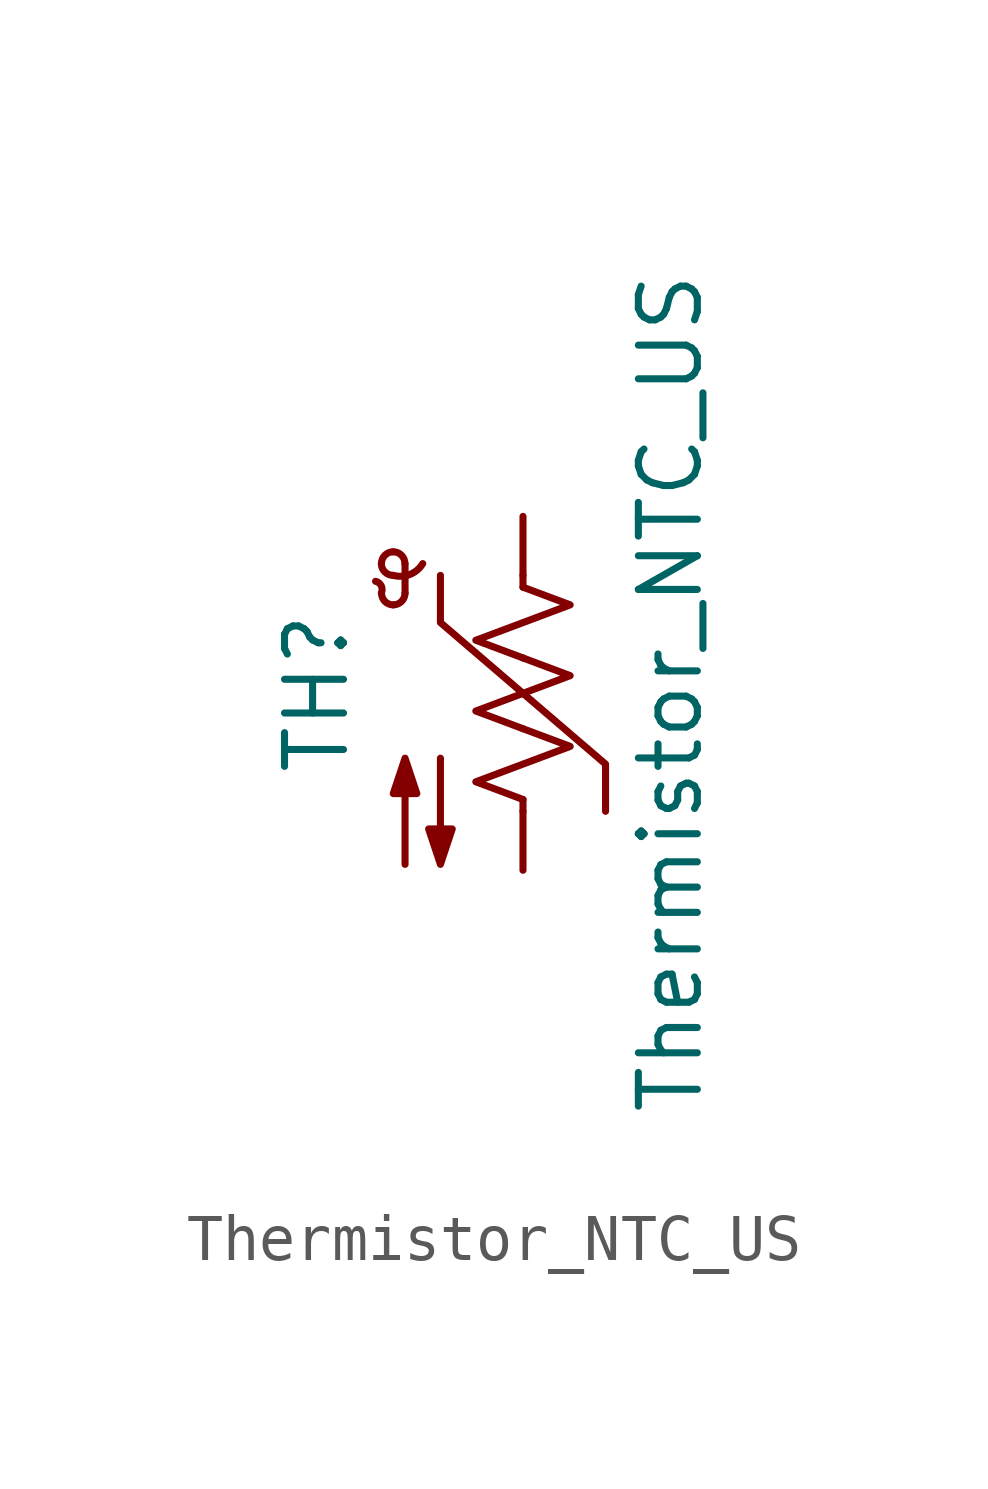
<source format=kicad_sym>
(kicad_symbol_lib
  (version 20220914)
  (generator kicad_symbol_editor)
  (symbol "Thermistor_NTC_US"
    (pin_numbers hide)
    (pin_names
      (offset 0))
    (property "Reference" "TH"
      (at -4.445 0 90)
      (effects (font (size 1.27 1.27))))
    (property "Value" "Thermistor_NTC_US"
      (at 3.175 0 90)
      (effects (font (size 1.27 1.27))))
    (symbol "Thermistor_NTC_US_0_1"
      (arc (start -3.048 2.159) (mid -3.0495 2.3143) (end -3.175 2.413) (stroke (width 0) (type default)) (fill (type none)))
      (arc (start -3.048 2.159) (mid -2.9736 1.9794) (end -2.794 1.905) (stroke (width 0) (type default)) (fill (type none)))
      (arc (start -3.048 2.794) (mid -2.9736 2.6144) (end -2.794 2.54) (stroke (width 0) (type default)) (fill (type none)))
      (arc (start -2.794 1.905) (mid -2.6144 1.9794) (end -2.54 2.159) (stroke (width 0) (type default)) (fill (type none)))
      (arc (start -2.794 2.54) (mid -2.4393 2.5587) (end -2.159 2.794) (stroke (width 0) (type default)) (fill (type none)))
      (arc (start -2.794 3.048) (mid -2.9736 2.9736) (end -3.048 2.794) (stroke (width 0) (type default)) (fill (type none)))
      (arc (start -2.54 2.794) (mid -2.6144 2.9736) (end -2.794 3.048) (stroke (width 0) (type default)) (fill (type none)))
      (polyline (pts (xy -2.54 2.159) (xy -2.54 2.794)) (stroke (width 0) (type default)) (fill (type none)))
      (polyline (pts (xy 0 -2.286) (xy 0 -2.54)) (stroke (width 0) (type default)) (fill (type none)))
      (polyline (pts (xy 0 2.286) (xy 0 2.54)) (stroke (width 0) (type default)) (fill (type none)))
      (polyline (pts (xy -1.778 2.54) (xy -1.778 1.524) (xy 1.778 -1.524) (xy 1.778 -2.54)) (stroke (width 0) (type default)) (fill (type none)))
      (polyline (pts (xy 0 -0.762) (xy 1.016 -1.143) (xy 0 -1.524) (xy -1.016 -1.905) (xy 0 -2.286)) (stroke (width 0) (type default)) (fill (type none)))
      (polyline (pts (xy 0 0.762) (xy 1.016 0.381) (xy 0 0) (xy -1.016 -0.381) (xy 0 -0.762)) (stroke (width 0) (type default)) (fill (type none)))
      (polyline (pts (xy 0 2.286) (xy 1.016 1.905) (xy 0 1.524) (xy -1.016 1.143) (xy 0 0.762)) (stroke (width 0) (type default)) (fill (type none)))
      (polyline (pts (xy -2.54 -3.683) (xy -2.54 -1.397) (xy -2.794 -2.159) (xy -2.286 -2.159) (xy -2.54 -1.397) (xy -2.54 -1.651)) (stroke (width 0) (type default)) (fill (type outline)))
      (polyline (pts (xy -1.778 -1.397) (xy -1.778 -3.683) (xy -2.032 -2.921) (xy -1.524 -2.921) (xy -1.778 -3.683) (xy -1.778 -3.429)) (stroke (width 0) (type default)) (fill (type outline))))
    (symbol "Thermistor_NTC_US_1_1"
      (pin passive line (at 0 3.81 270) (length 1.27) (name "~" (effects (font (size 1.27 1.27)))) (number "1" (effects (font (size 1.27 1.27)))))
      (pin passive line (at 0 -3.81 90) (length 1.27) (name "~" (effects (font (size 1.27 1.27)))) (number "2" (effects (font (size 1.27 1.27))))))))
</source>
